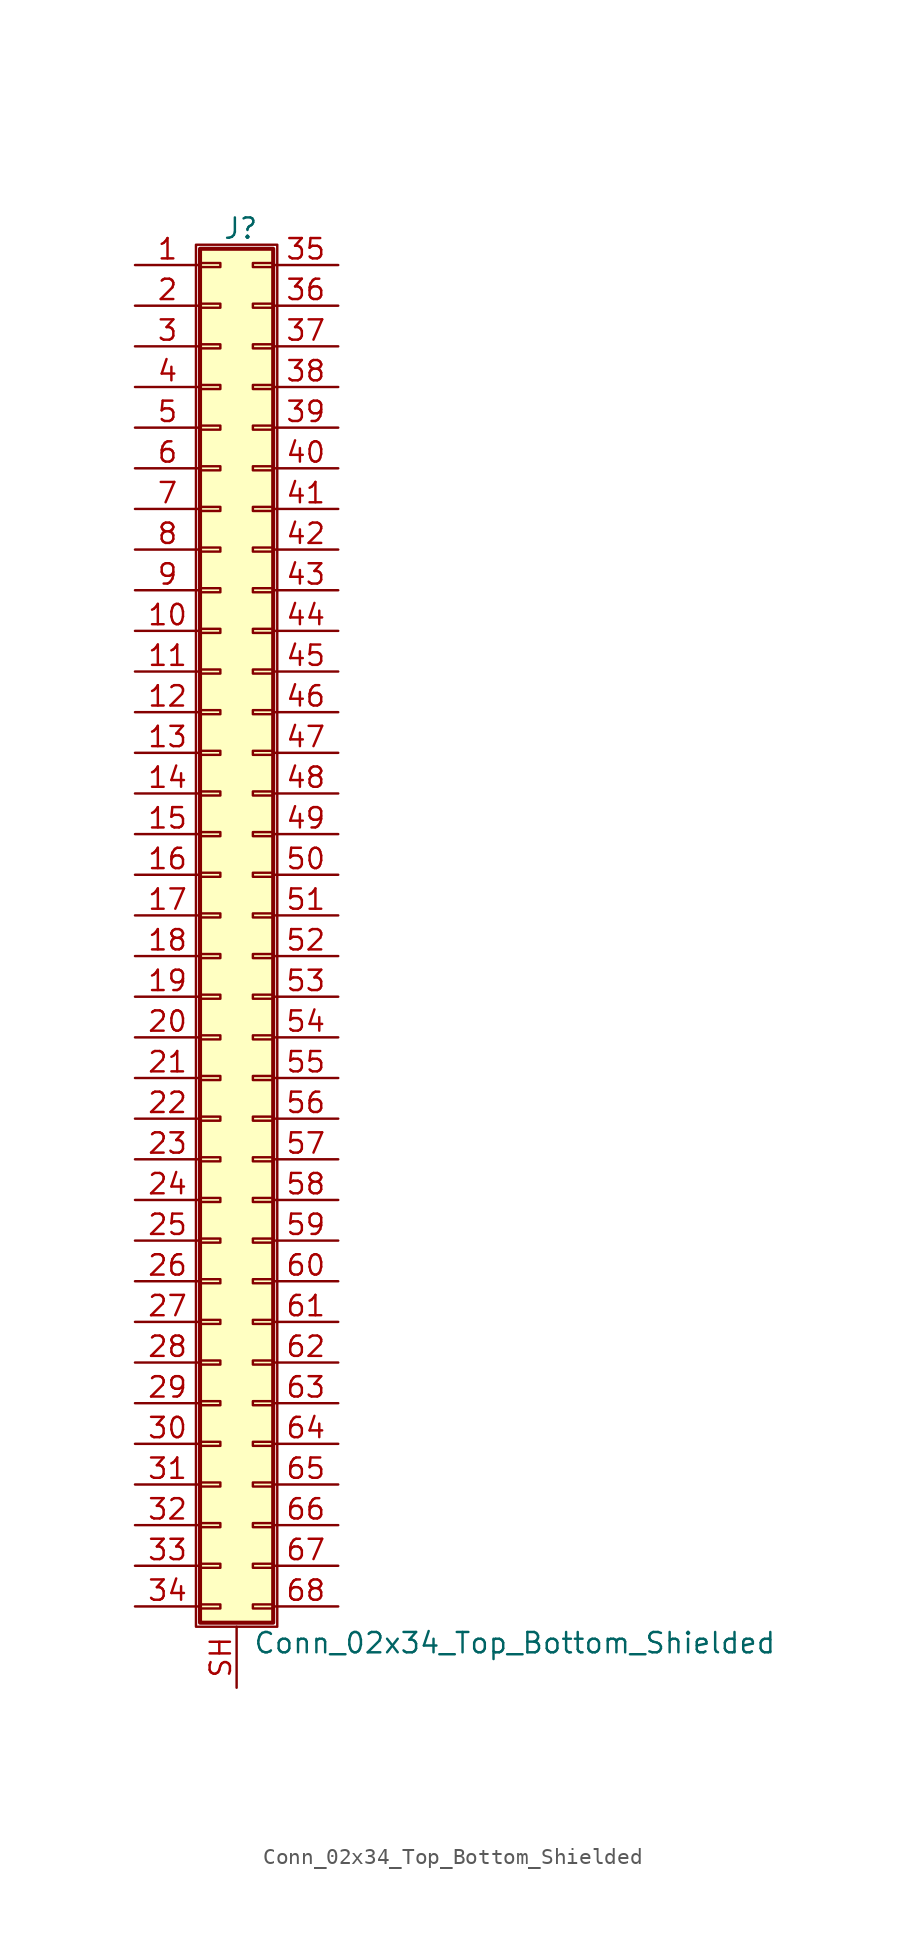
<source format=kicad_sym>
(kicad_symbol_lib
  (version 20201005)
  (generator kicad_symbol_editor)
  (symbol "Conn_02x34_Top_Bottom_Shielded"
    (pin_names
      (offset 1.016) hide)
    (property "Reference" "J"
      (at 1.524 42.926 0)
      (effects (font (size 1.27 1.27))))
    (property "Value" "Conn_02x34_Top_Bottom_Shielded"
      (at 2.286 -45.466 0)
      (effects (font (size 1.27 1.27)) (justify left)))
    (symbol "Conn_02x34_Top_Bottom_Shielded_1_1"
      (rectangle (start -1.27 41.91) (end 3.81 -44.45) (stroke (width 0.152)) (fill (type none)))
      (rectangle (start -1.016 -43.053) (end 0.254 -43.307) (stroke (width 0.152)) (fill (type none)))
      (rectangle (start -1.016 -40.513) (end 0.254 -40.767) (stroke (width 0.152)) (fill (type none)))
      (rectangle (start -1.016 -37.973) (end 0.254 -38.227) (stroke (width 0.152)) (fill (type none)))
      (rectangle (start -1.016 -35.433) (end 0.254 -35.687) (stroke (width 0.152)) (fill (type none)))
      (rectangle (start -1.016 -32.893) (end 0.254 -33.147) (stroke (width 0.152)) (fill (type none)))
      (rectangle (start -1.016 -30.353) (end 0.254 -30.607) (stroke (width 0.152)) (fill (type none)))
      (rectangle (start -1.016 -27.813) (end 0.254 -28.067) (stroke (width 0.152)) (fill (type none)))
      (rectangle (start -1.016 -25.273) (end 0.254 -25.527) (stroke (width 0.152)) (fill (type none)))
      (rectangle (start -1.016 -22.733) (end 0.254 -22.987) (stroke (width 0.152)) (fill (type none)))
      (rectangle (start -1.016 -20.193) (end 0.254 -20.447) (stroke (width 0.152)) (fill (type none)))
      (rectangle (start -1.016 -17.653) (end 0.254 -17.907) (stroke (width 0.152)) (fill (type none)))
      (rectangle (start -1.016 -15.113) (end 0.254 -15.367) (stroke (width 0.152)) (fill (type none)))
      (rectangle (start -1.016 -12.573) (end 0.254 -12.827) (stroke (width 0.152)) (fill (type none)))
      (rectangle (start -1.016 -10.033) (end 0.254 -10.287) (stroke (width 0.152)) (fill (type none)))
      (rectangle (start -1.016 -7.493) (end 0.254 -7.747) (stroke (width 0.152)) (fill (type none)))
      (rectangle (start -1.016 -4.953) (end 0.254 -5.207) (stroke (width 0.152)) (fill (type none)))
      (rectangle (start -1.016 -2.413) (end 0.254 -2.667) (stroke (width 0.152)) (fill (type none)))
      (rectangle (start -1.016 0.127) (end 0.254 -0.127) (stroke (width 0.152)) (fill (type none)))
      (rectangle (start -1.016 2.667) (end 0.254 2.413) (stroke (width 0.152)) (fill (type none)))
      (rectangle (start -1.016 5.207) (end 0.254 4.953) (stroke (width 0.152)) (fill (type none)))
      (rectangle (start -1.016 7.747) (end 0.254 7.493) (stroke (width 0.152)) (fill (type none)))
      (rectangle (start -1.016 10.287) (end 0.254 10.033) (stroke (width 0.152)) (fill (type none)))
      (rectangle (start -1.016 12.827) (end 0.254 12.573) (stroke (width 0.152)) (fill (type none)))
      (rectangle (start -1.016 15.367) (end 0.254 15.113) (stroke (width 0.152)) (fill (type none)))
      (rectangle (start -1.016 17.907) (end 0.254 17.653) (stroke (width 0.152)) (fill (type none)))
      (rectangle (start -1.016 20.447) (end 0.254 20.193) (stroke (width 0.152)) (fill (type none)))
      (rectangle (start -1.016 22.987) (end 0.254 22.733) (stroke (width 0.152)) (fill (type none)))
      (rectangle (start -1.016 25.527) (end 0.254 25.273) (stroke (width 0.152)) (fill (type none)))
      (rectangle (start -1.016 28.067) (end 0.254 27.813) (stroke (width 0.152)) (fill (type none)))
      (rectangle (start -1.016 30.607) (end 0.254 30.353) (stroke (width 0.152)) (fill (type none)))
      (rectangle (start -1.016 33.147) (end 0.254 32.893) (stroke (width 0.152)) (fill (type none)))
      (rectangle (start -1.016 35.687) (end 0.254 35.433) (stroke (width 0.152)) (fill (type none)))
      (rectangle (start -1.016 38.227) (end 0.254 37.973) (stroke (width 0.152)) (fill (type none)))
      (rectangle (start -1.016 40.767) (end 0.254 40.513) (stroke (width 0.152)) (fill (type none)))
      (rectangle (start 3.556 -43.053) (end 2.286 -43.307) (stroke (width 0.152)) (fill (type none)))
      (rectangle (start 3.556 -40.513) (end 2.286 -40.767) (stroke (width 0.152)) (fill (type none)))
      (rectangle (start 3.556 -37.973) (end 2.286 -38.227) (stroke (width 0.152)) (fill (type none)))
      (rectangle (start 3.556 -35.433) (end 2.286 -35.687) (stroke (width 0.152)) (fill (type none)))
      (rectangle (start 3.556 -32.893) (end 2.286 -33.147) (stroke (width 0.152)) (fill (type none)))
      (rectangle (start 3.556 -30.353) (end 2.286 -30.607) (stroke (width 0.152)) (fill (type none)))
      (rectangle (start 3.556 -27.813) (end 2.286 -28.067) (stroke (width 0.152)) (fill (type none)))
      (rectangle (start 3.556 -25.273) (end 2.286 -25.527) (stroke (width 0.152)) (fill (type none)))
      (rectangle (start 3.556 -22.733) (end 2.286 -22.987) (stroke (width 0.152)) (fill (type none)))
      (rectangle (start 3.556 -20.193) (end 2.286 -20.447) (stroke (width 0.152)) (fill (type none)))
      (rectangle (start 3.556 -17.653) (end 2.286 -17.907) (stroke (width 0.152)) (fill (type none)))
      (rectangle (start 3.556 -15.113) (end 2.286 -15.367) (stroke (width 0.152)) (fill (type none)))
      (rectangle (start 3.556 -12.573) (end 2.286 -12.827) (stroke (width 0.152)) (fill (type none)))
      (rectangle (start 3.556 -10.033) (end 2.286 -10.287) (stroke (width 0.152)) (fill (type none)))
      (rectangle (start 3.556 -7.493) (end 2.286 -7.747) (stroke (width 0.152)) (fill (type none)))
      (rectangle (start 3.556 -4.953) (end 2.286 -5.207) (stroke (width 0.152)) (fill (type none)))
      (rectangle (start 3.556 -2.413) (end 2.286 -2.667) (stroke (width 0.152)) (fill (type none)))
      (rectangle (start 3.556 0.127) (end 2.286 -0.127) (stroke (width 0.152)) (fill (type none)))
      (rectangle (start 3.556 2.667) (end 2.286 2.413) (stroke (width 0.152)) (fill (type none)))
      (rectangle (start 3.556 5.207) (end 2.286 4.953) (stroke (width 0.152)) (fill (type none)))
      (rectangle (start 3.556 7.747) (end 2.286 7.493) (stroke (width 0.152)) (fill (type none)))
      (rectangle (start 3.556 10.287) (end 2.286 10.033) (stroke (width 0.152)) (fill (type none)))
      (rectangle (start 3.556 12.827) (end 2.286 12.573) (stroke (width 0.152)) (fill (type none)))
      (rectangle (start 3.556 15.367) (end 2.286 15.113) (stroke (width 0.152)) (fill (type none)))
      (rectangle (start 3.556 17.907) (end 2.286 17.653) (stroke (width 0.152)) (fill (type none)))
      (rectangle (start 3.556 20.447) (end 2.286 20.193) (stroke (width 0.152)) (fill (type none)))
      (rectangle (start 3.556 22.987) (end 2.286 22.733) (stroke (width 0.152)) (fill (type none)))
      (rectangle (start 3.556 25.527) (end 2.286 25.273) (stroke (width 0.152)) (fill (type none)))
      (rectangle (start 3.556 28.067) (end 2.286 27.813) (stroke (width 0.152)) (fill (type none)))
      (rectangle (start 3.556 30.607) (end 2.286 30.353) (stroke (width 0.152)) (fill (type none)))
      (rectangle (start 3.556 33.147) (end 2.286 32.893) (stroke (width 0.152)) (fill (type none)))
      (rectangle (start 3.556 35.687) (end 2.286 35.433) (stroke (width 0.152)) (fill (type none)))
      (rectangle (start 3.556 38.227) (end 2.286 37.973) (stroke (width 0.152)) (fill (type none)))
      (rectangle (start 3.556 40.767) (end 2.286 40.513) (stroke (width 0.152)) (fill (type none)))
      (rectangle (start -1.016 41.656) (end 3.556 -44.196) (stroke (width 0.254)) (fill (type background)))
      (pin passive line (at -5.08 40.64 0) (length 4.064) (name "Pin_1" (effects (font (size 1.27 1.27)))) (number "1" (effects (font (size 1.27 1.27)))))
      (pin passive line (at -5.08 17.78 0) (length 4.064) (name "Pin_10" (effects (font (size 1.27 1.27)))) (number "10" (effects (font (size 1.27 1.27)))))
      (pin passive line (at -5.08 15.24 0) (length 4.064) (name "Pin_11" (effects (font (size 1.27 1.27)))) (number "11" (effects (font (size 1.27 1.27)))))
      (pin passive line (at -5.08 12.7 0) (length 4.064) (name "Pin_12" (effects (font (size 1.27 1.27)))) (number "12" (effects (font (size 1.27 1.27)))))
      (pin passive line (at -5.08 10.16 0) (length 4.064) (name "Pin_13" (effects (font (size 1.27 1.27)))) (number "13" (effects (font (size 1.27 1.27)))))
      (pin passive line (at -5.08 7.62 0) (length 4.064) (name "Pin_14" (effects (font (size 1.27 1.27)))) (number "14" (effects (font (size 1.27 1.27)))))
      (pin passive line (at -5.08 5.08 0) (length 4.064) (name "Pin_15" (effects (font (size 1.27 1.27)))) (number "15" (effects (font (size 1.27 1.27)))))
      (pin passive line (at -5.08 2.54 0) (length 4.064) (name "Pin_16" (effects (font (size 1.27 1.27)))) (number "16" (effects (font (size 1.27 1.27)))))
      (pin passive line (at -5.08 0 0) (length 4.064) (name "Pin_17" (effects (font (size 1.27 1.27)))) (number "17" (effects (font (size 1.27 1.27)))))
      (pin passive line (at -5.08 -2.54 0) (length 4.064) (name "Pin_18" (effects (font (size 1.27 1.27)))) (number "18" (effects (font (size 1.27 1.27)))))
      (pin passive line (at -5.08 -5.08 0) (length 4.064) (name "Pin_19" (effects (font (size 1.27 1.27)))) (number "19" (effects (font (size 1.27 1.27)))))
      (pin passive line (at -5.08 38.1 0) (length 4.064) (name "Pin_2" (effects (font (size 1.27 1.27)))) (number "2" (effects (font (size 1.27 1.27)))))
      (pin passive line (at -5.08 -7.62 0) (length 4.064) (name "Pin_20" (effects (font (size 1.27 1.27)))) (number "20" (effects (font (size 1.27 1.27)))))
      (pin passive line (at -5.08 -10.16 0) (length 4.064) (name "Pin_21" (effects (font (size 1.27 1.27)))) (number "21" (effects (font (size 1.27 1.27)))))
      (pin passive line (at -5.08 -12.7 0) (length 4.064) (name "Pin_22" (effects (font (size 1.27 1.27)))) (number "22" (effects (font (size 1.27 1.27)))))
      (pin passive line (at -5.08 -15.24 0) (length 4.064) (name "Pin_23" (effects (font (size 1.27 1.27)))) (number "23" (effects (font (size 1.27 1.27)))))
      (pin passive line (at -5.08 -17.78 0) (length 4.064) (name "Pin_24" (effects (font (size 1.27 1.27)))) (number "24" (effects (font (size 1.27 1.27)))))
      (pin passive line (at -5.08 -20.32 0) (length 4.064) (name "Pin_25" (effects (font (size 1.27 1.27)))) (number "25" (effects (font (size 1.27 1.27)))))
      (pin passive line (at -5.08 -22.86 0) (length 4.064) (name "Pin_26" (effects (font (size 1.27 1.27)))) (number "26" (effects (font (size 1.27 1.27)))))
      (pin passive line (at -5.08 -25.4 0) (length 4.064) (name "Pin_27" (effects (font (size 1.27 1.27)))) (number "27" (effects (font (size 1.27 1.27)))))
      (pin passive line (at -5.08 -27.94 0) (length 4.064) (name "Pin_28" (effects (font (size 1.27 1.27)))) (number "28" (effects (font (size 1.27 1.27)))))
      (pin passive line (at -5.08 -30.48 0) (length 4.064) (name "Pin_29" (effects (font (size 1.27 1.27)))) (number "29" (effects (font (size 1.27 1.27)))))
      (pin passive line (at -5.08 35.56 0) (length 4.064) (name "Pin_3" (effects (font (size 1.27 1.27)))) (number "3" (effects (font (size 1.27 1.27)))))
      (pin passive line (at -5.08 -33.02 0) (length 4.064) (name "Pin_30" (effects (font (size 1.27 1.27)))) (number "30" (effects (font (size 1.27 1.27)))))
      (pin passive line (at -5.08 -35.56 0) (length 4.064) (name "Pin_31" (effects (font (size 1.27 1.27)))) (number "31" (effects (font (size 1.27 1.27)))))
      (pin passive line (at -5.08 -38.1 0) (length 4.064) (name "Pin_32" (effects (font (size 1.27 1.27)))) (number "32" (effects (font (size 1.27 1.27)))))
      (pin passive line (at -5.08 -40.64 0) (length 4.064) (name "Pin_33" (effects (font (size 1.27 1.27)))) (number "33" (effects (font (size 1.27 1.27)))))
      (pin passive line (at -5.08 -43.18 0) (length 4.064) (name "Pin_34" (effects (font (size 1.27 1.27)))) (number "34" (effects (font (size 1.27 1.27)))))
      (pin passive line (at 7.62 40.64 180) (length 4.064) (name "Pin_35" (effects (font (size 1.27 1.27)))) (number "35" (effects (font (size 1.27 1.27)))))
      (pin passive line (at 7.62 38.1 180) (length 4.064) (name "Pin_36" (effects (font (size 1.27 1.27)))) (number "36" (effects (font (size 1.27 1.27)))))
      (pin passive line (at 7.62 35.56 180) (length 4.064) (name "Pin_37" (effects (font (size 1.27 1.27)))) (number "37" (effects (font (size 1.27 1.27)))))
      (pin passive line (at 7.62 33.02 180) (length 4.064) (name "Pin_38" (effects (font (size 1.27 1.27)))) (number "38" (effects (font (size 1.27 1.27)))))
      (pin passive line (at 7.62 30.48 180) (length 4.064) (name "Pin_39" (effects (font (size 1.27 1.27)))) (number "39" (effects (font (size 1.27 1.27)))))
      (pin passive line (at -5.08 33.02 0) (length 4.064) (name "Pin_4" (effects (font (size 1.27 1.27)))) (number "4" (effects (font (size 1.27 1.27)))))
      (pin passive line (at 7.62 27.94 180) (length 4.064) (name "Pin_40" (effects (font (size 1.27 1.27)))) (number "40" (effects (font (size 1.27 1.27)))))
      (pin passive line (at 7.62 25.4 180) (length 4.064) (name "Pin_41" (effects (font (size 1.27 1.27)))) (number "41" (effects (font (size 1.27 1.27)))))
      (pin passive line (at 7.62 22.86 180) (length 4.064) (name "Pin_42" (effects (font (size 1.27 1.27)))) (number "42" (effects (font (size 1.27 1.27)))))
      (pin passive line (at 7.62 20.32 180) (length 4.064) (name "Pin_43" (effects (font (size 1.27 1.27)))) (number "43" (effects (font (size 1.27 1.27)))))
      (pin passive line (at 7.62 17.78 180) (length 4.064) (name "Pin_44" (effects (font (size 1.27 1.27)))) (number "44" (effects (font (size 1.27 1.27)))))
      (pin passive line (at 7.62 15.24 180) (length 4.064) (name "Pin_45" (effects (font (size 1.27 1.27)))) (number "45" (effects (font (size 1.27 1.27)))))
      (pin passive line (at 7.62 12.7 180) (length 4.064) (name "Pin_46" (effects (font (size 1.27 1.27)))) (number "46" (effects (font (size 1.27 1.27)))))
      (pin passive line (at 7.62 10.16 180) (length 4.064) (name "Pin_47" (effects (font (size 1.27 1.27)))) (number "47" (effects (font (size 1.27 1.27)))))
      (pin passive line (at 7.62 7.62 180) (length 4.064) (name "Pin_48" (effects (font (size 1.27 1.27)))) (number "48" (effects (font (size 1.27 1.27)))))
      (pin passive line (at 7.62 5.08 180) (length 4.064) (name "Pin_49" (effects (font (size 1.27 1.27)))) (number "49" (effects (font (size 1.27 1.27)))))
      (pin passive line (at -5.08 30.48 0) (length 4.064) (name "Pin_5" (effects (font (size 1.27 1.27)))) (number "5" (effects (font (size 1.27 1.27)))))
      (pin passive line (at 7.62 2.54 180) (length 4.064) (name "Pin_50" (effects (font (size 1.27 1.27)))) (number "50" (effects (font (size 1.27 1.27)))))
      (pin passive line (at 7.62 0 180) (length 4.064) (name "Pin_51" (effects (font (size 1.27 1.27)))) (number "51" (effects (font (size 1.27 1.27)))))
      (pin passive line (at 7.62 -2.54 180) (length 4.064) (name "Pin_52" (effects (font (size 1.27 1.27)))) (number "52" (effects (font (size 1.27 1.27)))))
      (pin passive line (at 7.62 -5.08 180) (length 4.064) (name "Pin_53" (effects (font (size 1.27 1.27)))) (number "53" (effects (font (size 1.27 1.27)))))
      (pin passive line (at 7.62 -7.62 180) (length 4.064) (name "Pin_54" (effects (font (size 1.27 1.27)))) (number "54" (effects (font (size 1.27 1.27)))))
      (pin passive line (at 7.62 -10.16 180) (length 4.064) (name "Pin_55" (effects (font (size 1.27 1.27)))) (number "55" (effects (font (size 1.27 1.27)))))
      (pin passive line (at 7.62 -12.7 180) (length 4.064) (name "Pin_56" (effects (font (size 1.27 1.27)))) (number "56" (effects (font (size 1.27 1.27)))))
      (pin passive line (at 7.62 -15.24 180) (length 4.064) (name "Pin_57" (effects (font (size 1.27 1.27)))) (number "57" (effects (font (size 1.27 1.27)))))
      (pin passive line (at 7.62 -17.78 180) (length 4.064) (name "Pin_58" (effects (font (size 1.27 1.27)))) (number "58" (effects (font (size 1.27 1.27)))))
      (pin passive line (at 7.62 -20.32 180) (length 4.064) (name "Pin_59" (effects (font (size 1.27 1.27)))) (number "59" (effects (font (size 1.27 1.27)))))
      (pin passive line (at -5.08 27.94 0) (length 4.064) (name "Pin_6" (effects (font (size 1.27 1.27)))) (number "6" (effects (font (size 1.27 1.27)))))
      (pin passive line (at 7.62 -22.86 180) (length 4.064) (name "Pin_60" (effects (font (size 1.27 1.27)))) (number "60" (effects (font (size 1.27 1.27)))))
      (pin passive line (at 7.62 -25.4 180) (length 4.064) (name "Pin_61" (effects (font (size 1.27 1.27)))) (number "61" (effects (font (size 1.27 1.27)))))
      (pin passive line (at 7.62 -27.94 180) (length 4.064) (name "Pin_62" (effects (font (size 1.27 1.27)))) (number "62" (effects (font (size 1.27 1.27)))))
      (pin passive line (at 7.62 -30.48 180) (length 4.064) (name "Pin_63" (effects (font (size 1.27 1.27)))) (number "63" (effects (font (size 1.27 1.27)))))
      (pin passive line (at 7.62 -33.02 180) (length 4.064) (name "Pin_64" (effects (font (size 1.27 1.27)))) (number "64" (effects (font (size 1.27 1.27)))))
      (pin passive line (at 7.62 -35.56 180) (length 4.064) (name "Pin_65" (effects (font (size 1.27 1.27)))) (number "65" (effects (font (size 1.27 1.27)))))
      (pin passive line (at 7.62 -38.1 180) (length 4.064) (name "Pin_66" (effects (font (size 1.27 1.27)))) (number "66" (effects (font (size 1.27 1.27)))))
      (pin passive line (at 7.62 -40.64 180) (length 4.064) (name "Pin_67" (effects (font (size 1.27 1.27)))) (number "67" (effects (font (size 1.27 1.27)))))
      (pin passive line (at 7.62 -43.18 180) (length 4.064) (name "Pin_68" (effects (font (size 1.27 1.27)))) (number "68" (effects (font (size 1.27 1.27)))))
      (pin passive line (at -5.08 25.4 0) (length 4.064) (name "Pin_7" (effects (font (size 1.27 1.27)))) (number "7" (effects (font (size 1.27 1.27)))))
      (pin passive line (at -5.08 22.86 0) (length 4.064) (name "Pin_8" (effects (font (size 1.27 1.27)))) (number "8" (effects (font (size 1.27 1.27)))))
      (pin passive line (at -5.08 20.32 0) (length 4.064) (name "Pin_9" (effects (font (size 1.27 1.27)))) (number "9" (effects (font (size 1.27 1.27)))))
      (pin passive line (at 1.27 -48.26 90) (length 3.81) (name "Shield" (effects (font (size 1.27 1.27)))) (number "SH" (effects (font (size 1.27 1.27))))))))
</source>
